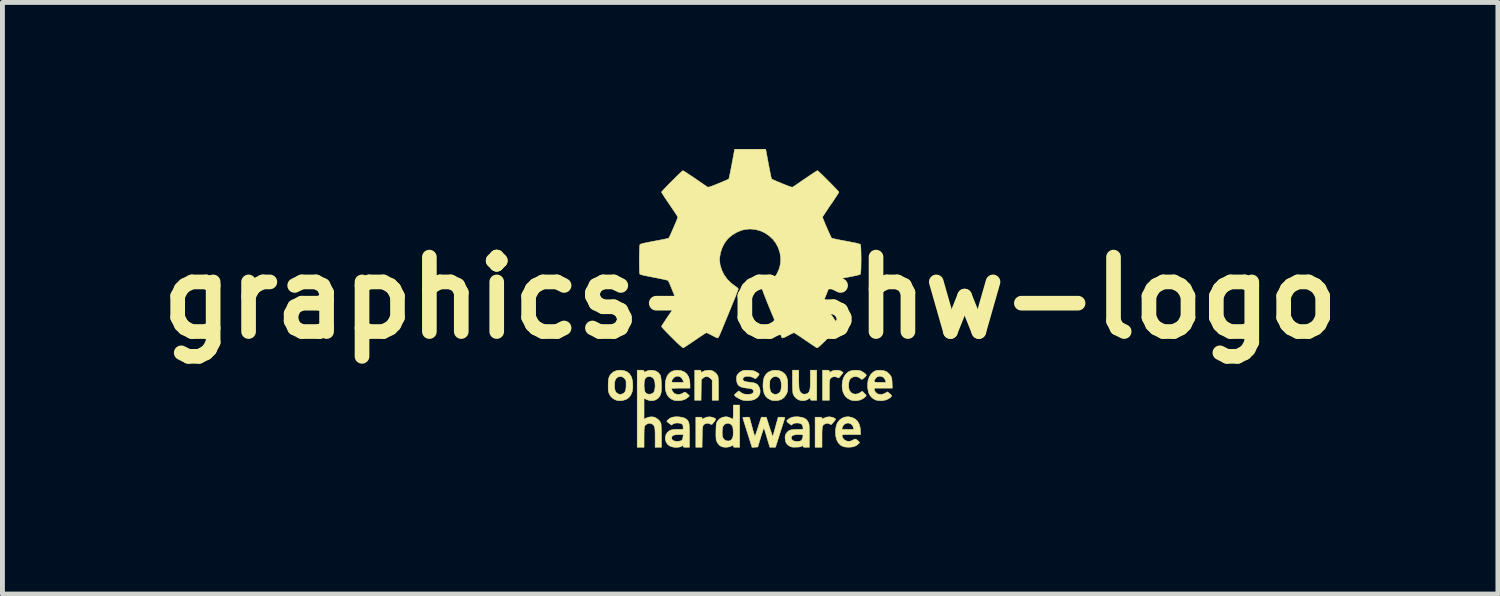
<source format=kicad_pcb>
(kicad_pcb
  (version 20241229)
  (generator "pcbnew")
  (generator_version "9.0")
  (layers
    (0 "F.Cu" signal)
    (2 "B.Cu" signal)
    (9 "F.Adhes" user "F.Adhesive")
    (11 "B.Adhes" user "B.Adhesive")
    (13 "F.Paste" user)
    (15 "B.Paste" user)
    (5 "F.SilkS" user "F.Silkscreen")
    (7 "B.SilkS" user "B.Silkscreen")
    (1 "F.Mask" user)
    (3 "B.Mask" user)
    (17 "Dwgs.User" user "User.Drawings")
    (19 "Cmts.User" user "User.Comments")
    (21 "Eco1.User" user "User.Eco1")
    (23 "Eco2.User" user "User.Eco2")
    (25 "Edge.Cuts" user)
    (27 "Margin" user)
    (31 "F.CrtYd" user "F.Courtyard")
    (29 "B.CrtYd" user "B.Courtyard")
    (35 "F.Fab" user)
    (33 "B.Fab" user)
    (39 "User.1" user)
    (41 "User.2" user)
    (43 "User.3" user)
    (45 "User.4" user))
  (footprint "graphics-oshw-logo"
    (layer "F.Cu")
    (at 12.308 3.048)
    (property "Reference" "graphics-oshw-logo" (at 0 0 0) (layer "F.SilkS") (effects (font (size 1.524 1.524) (thickness 0.3))))
    (attr exclude_from_pos_files exclude_from_bom)
    (fp_poly (pts (xy -1.034 1.481) (xy -1.015 1.484) (xy -1.007 1.492) (xy -1.005 1.507) (xy -1.005 1.508) (xy -1.005 1.535) (xy -0.973 1.512) (xy -0.936 1.494) (xy -0.886 1.484) (xy -0.831 1.481) (xy -0.795 1.485) (xy -0.754 1.502) (xy -0.713 1.532) (xy -0.679 1.569) (xy -0.663 1.596) (xy -0.658 1.616) (xy -0.654 1.648) (xy -0.651 1.694) (xy -0.649 1.757) (xy -0.649 1.839) (xy -0.649 1.864) (xy -0.649 2.097) (xy -0.778 2.097) (xy -0.778 1.684) (xy -0.815 1.647) (xy -0.856 1.618) (xy -0.897 1.61) (xy -0.939 1.623) (xy -0.964 1.642) (xy -1 1.673) (xy -1.003 1.885) (xy -1.006 2.097) (xy -1.135 2.097) (xy -1.135 1.481) (xy -1.07 1.481) (xy -1.034 1.481)) (stroke (width 0.01) (type solid)) (fill yes) (layer "F.SilkS"))
    (fp_poly (pts (xy 1.693 2.448) (xy 1.701 2.452) (xy 1.729 2.466) (xy 1.748 2.479) (xy 1.751 2.484) (xy 1.744 2.497) (xy 1.726 2.52) (xy 1.705 2.545) (xy 1.659 2.596) (xy 1.619 2.578) (xy 1.589 2.568) (xy 1.566 2.568) (xy 1.542 2.577) (xy 1.518 2.587) (xy 1.501 2.599) (xy 1.488 2.616) (xy 1.479 2.64) (xy 1.474 2.675) (xy 1.471 2.723) (xy 1.47 2.787) (xy 1.47 2.85) (xy 1.47 3.059) (xy 1.329 3.059) (xy 1.329 2.443) (xy 1.4 2.443) (xy 1.438 2.443) (xy 1.459 2.446) (xy 1.468 2.453) (xy 1.47 2.464) (xy 1.471 2.477) (xy 1.478 2.479) (xy 1.495 2.47) (xy 1.507 2.464) (xy 1.566 2.44) (xy 1.631 2.435) (xy 1.693 2.448)) (stroke (width 0.01) (type solid)) (fill yes) (layer "F.SilkS"))
    (fp_poly (pts (xy 1.816 1.484) (xy 1.861 1.499) (xy 1.867 1.502) (xy 1.89 1.518) (xy 1.902 1.529) (xy 1.902 1.53) (xy 1.896 1.541) (xy 1.879 1.563) (xy 1.858 1.589) (xy 1.814 1.641) (xy 1.778 1.625) (xy 1.733 1.613) (xy 1.689 1.619) (xy 1.652 1.641) (xy 1.643 1.65) (xy 1.636 1.661) (xy 1.63 1.675) (xy 1.626 1.693) (xy 1.624 1.72) (xy 1.622 1.759) (xy 1.621 1.813) (xy 1.621 1.886) (xy 1.621 2.097) (xy 1.481 2.097) (xy 1.481 1.481) (xy 1.551 1.481) (xy 1.589 1.481) (xy 1.61 1.484) (xy 1.619 1.491) (xy 1.621 1.502) (xy 1.622 1.518) (xy 1.629 1.522) (xy 1.646 1.515) (xy 1.667 1.502) (xy 1.71 1.486) (xy 1.763 1.48) (xy 1.816 1.484)) (stroke (width 0.01) (type solid)) (fill yes) (layer "F.SilkS"))
    (fp_poly (pts (xy -0.761 2.448) (xy -0.753 2.452) (xy -0.724 2.466) (xy -0.706 2.479) (xy -0.703 2.484) (xy -0.709 2.497) (xy -0.725 2.52) (xy -0.747 2.549) (xy -0.77 2.577) (xy -0.784 2.593) (xy -0.796 2.591) (xy -0.819 2.582) (xy -0.827 2.579) (xy -0.859 2.567) (xy -0.886 2.568) (xy -0.902 2.572) (xy -0.926 2.581) (xy -0.945 2.591) (xy -0.958 2.606) (xy -0.968 2.627) (xy -0.974 2.659) (xy -0.978 2.704) (xy -0.98 2.764) (xy -0.981 2.843) (xy -0.982 2.844) (xy -0.985 3.059) (xy -1.113 3.059) (xy -1.113 2.443) (xy -1.048 2.443) (xy -1.012 2.443) (xy -0.993 2.447) (xy -0.985 2.455) (xy -0.984 2.465) (xy -0.984 2.488) (xy -0.946 2.465) (xy -0.888 2.441) (xy -0.824 2.435) (xy -0.761 2.448)) (stroke (width 0.01) (type solid)) (fill yes) (layer "F.SilkS"))
    (fp_poly (pts (xy 0.994 1.662) (xy 0.995 1.725) (xy 0.997 1.784) (xy 0.999 1.832) (xy 1.003 1.867) (xy 1.005 1.88) (xy 1.027 1.927) (xy 1.06 1.959) (xy 1.101 1.973) (xy 1.147 1.967) (xy 1.161 1.962) (xy 1.184 1.948) (xy 1.201 1.93) (xy 1.214 1.905) (xy 1.223 1.869) (xy 1.229 1.821) (xy 1.231 1.757) (xy 1.232 1.674) (xy 1.232 1.67) (xy 1.232 1.481) (xy 1.362 1.481) (xy 1.362 2.097) (xy 1.297 2.097) (xy 1.261 2.096) (xy 1.242 2.093) (xy 1.234 2.085) (xy 1.232 2.07) (xy 1.232 2.068) (xy 1.231 2.049) (xy 1.224 2.048) (xy 1.213 2.057) (xy 1.163 2.088) (xy 1.104 2.104) (xy 1.042 2.103) (xy 0.989 2.087) (xy 0.937 2.053) (xy 0.897 2.006) (xy 0.876 1.959) (xy 0.873 1.936) (xy 0.87 1.895) (xy 0.867 1.841) (xy 0.865 1.777) (xy 0.865 1.708) (xy 0.865 1.7) (xy 0.865 1.481) (xy 0.994 1.481) (xy 0.994 1.662)) (stroke (width 0.01) (type solid)) (fill yes) (layer "F.SilkS"))
    (fp_poly (pts (xy 2.195 1.482) (xy 2.246 1.49) (xy 2.265 1.496) (xy 2.3 1.514) (xy 2.333 1.536) (xy 2.361 1.559) (xy 2.376 1.578) (xy 2.378 1.584) (xy 2.37 1.598) (xy 2.35 1.62) (xy 2.333 1.637) (xy 2.306 1.658) (xy 2.29 1.668) (xy 2.279 1.666) (xy 2.265 1.655) (xy 2.265 1.655) (xy 2.219 1.625) (xy 2.169 1.612) (xy 2.119 1.616) (xy 2.075 1.635) (xy 2.04 1.67) (xy 2.035 1.679) (xy 2.023 1.715) (xy 2.017 1.763) (xy 2.016 1.815) (xy 2.022 1.862) (xy 2.032 1.896) (xy 2.065 1.939) (xy 2.108 1.964) (xy 2.158 1.972) (xy 2.211 1.961) (xy 2.248 1.942) (xy 2.294 1.911) (xy 2.338 1.955) (xy 2.363 1.98) (xy 2.374 1.995) (xy 2.373 2.007) (xy 2.363 2.019) (xy 2.361 2.022) (xy 2.339 2.041) (xy 2.308 2.064) (xy 2.293 2.072) (xy 2.243 2.093) (xy 2.182 2.104) (xy 2.12 2.105) (xy 2.066 2.094) (xy 2.062 2.093) (xy 1.994 2.058) (xy 1.942 2.008) (xy 1.906 1.945) (xy 1.886 1.867) (xy 1.881 1.794) (xy 1.889 1.707) (xy 1.912 1.631) (xy 1.951 1.569) (xy 2.002 1.521) (xy 2.037 1.501) (xy 2.082 1.488) (xy 2.137 1.482) (xy 2.195 1.482)) (stroke (width 0.01) (type solid)) (fill yes) (layer "F.SilkS"))
    (fp_poly (pts (xy -2.582 1.49) (xy -2.519 1.514) (xy -2.469 1.556) (xy -2.433 1.614) (xy -2.411 1.689) (xy -2.404 1.743) (xy -2.403 1.841) (xy -2.416 1.924) (xy -2.445 1.992) (xy -2.487 2.045) (xy -2.543 2.081) (xy -2.613 2.101) (xy -2.641 2.104) (xy -2.692 2.104) (xy -2.736 2.097) (xy -2.747 2.093) (xy -2.807 2.063) (xy -2.852 2.02) (xy -2.88 1.976) (xy -2.892 1.948) (xy -2.9 1.923) (xy -2.905 1.893) (xy -2.907 1.853) (xy -2.907 1.8) (xy -2.907 1.786) (xy -2.778 1.786) (xy -2.774 1.855) (xy -2.763 1.905) (xy -2.742 1.939) (xy -2.712 1.961) (xy -2.711 1.962) (xy -2.678 1.974) (xy -2.652 1.976) (xy -2.623 1.968) (xy -2.611 1.963) (xy -2.58 1.945) (xy -2.56 1.918) (xy -2.547 1.88) (xy -2.541 1.826) (xy -2.54 1.783) (xy -2.54 1.736) (xy -2.542 1.705) (xy -2.547 1.684) (xy -2.557 1.668) (xy -2.573 1.651) (xy -2.577 1.647) (xy -2.612 1.62) (xy -2.644 1.61) (xy -2.646 1.61) (xy -2.698 1.617) (xy -2.735 1.639) (xy -2.761 1.677) (xy -2.775 1.731) (xy -2.778 1.786) (xy -2.907 1.786) (xy -2.906 1.728) (xy -2.901 1.673) (xy -2.892 1.63) (xy -2.876 1.596) (xy -2.855 1.565) (xy -2.85 1.56) (xy -2.801 1.517) (xy -2.743 1.491) (xy -2.672 1.481) (xy -2.659 1.481) (xy -2.582 1.49)) (stroke (width 0.01) (type solid)) (fill yes) (layer "F.SilkS"))
    (fp_poly (pts (xy 2.078 2.446) (xy 2.084 2.448) (xy 2.148 2.479) (xy 2.197 2.524) (xy 2.231 2.583) (xy 2.251 2.658) (xy 2.256 2.709) (xy 2.262 2.799) (xy 2.071 2.799) (xy 2.003 2.799) (xy 1.953 2.8) (xy 1.919 2.801) (xy 1.898 2.804) (xy 1.886 2.808) (xy 1.882 2.813) (xy 1.881 2.821) (xy 1.881 2.822) (xy 1.891 2.861) (xy 1.917 2.896) (xy 1.955 2.923) (xy 1.999 2.937) (xy 2.037 2.937) (xy 2.074 2.926) (xy 2.108 2.908) (xy 2.108 2.907) (xy 2.137 2.892) (xy 2.164 2.893) (xy 2.193 2.912) (xy 2.21 2.929) (xy 2.241 2.961) (xy 2.215 2.99) (xy 2.17 3.026) (xy 2.113 3.049) (xy 2.042 3.057) (xy 2.021 3.058) (xy 1.976 3.056) (xy 1.936 3.052) (xy 1.908 3.046) (xy 1.908 3.046) (xy 1.848 3.014) (xy 1.803 2.967) (xy 1.77 2.904) (xy 1.751 2.826) (xy 1.746 2.752) (xy 1.75 2.691) (xy 1.878 2.691) (xy 2.121 2.691) (xy 2.114 2.656) (xy 2.096 2.614) (xy 2.063 2.582) (xy 2.02 2.564) (xy 2 2.562) (xy 1.955 2.572) (xy 1.917 2.598) (xy 1.891 2.636) (xy 1.885 2.656) (xy 1.878 2.691) (xy 1.75 2.691) (xy 1.751 2.677) (xy 1.765 2.608) (xy 1.783 2.563) (xy 1.823 2.506) (xy 1.877 2.465) (xy 1.94 2.44) (xy 2.008 2.433) (xy 2.078 2.446)) (stroke (width 0.01) (type solid)) (fill yes) (layer "F.SilkS"))
    (fp_poly (pts (xy 2.67 1.483) (xy 2.742 1.492) (xy 2.799 1.516) (xy 2.845 1.556) (xy 2.872 1.591) (xy 2.886 1.614) (xy 2.896 1.638) (xy 2.901 1.666) (xy 2.904 1.707) (xy 2.906 1.742) (xy 2.91 1.848) (xy 2.54 1.848) (xy 2.54 1.875) (xy 2.547 1.9) (xy 2.565 1.929) (xy 2.57 1.936) (xy 2.61 1.966) (xy 2.66 1.978) (xy 2.714 1.972) (xy 2.762 1.952) (xy 2.812 1.924) (xy 2.854 1.958) (xy 2.879 1.981) (xy 2.894 1.999) (xy 2.897 2.006) (xy 2.887 2.024) (xy 2.863 2.045) (xy 2.83 2.067) (xy 2.791 2.085) (xy 2.771 2.092) (xy 2.69 2.106) (xy 2.606 2.1) (xy 2.571 2.091) (xy 2.523 2.067) (xy 2.478 2.028) (xy 2.443 1.98) (xy 2.424 1.938) (xy 2.406 1.851) (xy 2.403 1.766) (xy 2.411 1.706) (xy 2.538 1.706) (xy 2.545 1.719) (xy 2.566 1.726) (xy 2.605 1.729) (xy 2.66 1.729) (xy 2.78 1.729) (xy 2.773 1.701) (xy 2.753 1.656) (xy 2.721 1.624) (xy 2.682 1.606) (xy 2.64 1.604) (xy 2.6 1.618) (xy 2.567 1.649) (xy 2.561 1.658) (xy 2.545 1.686) (xy 2.538 1.706) (xy 2.411 1.706) (xy 2.414 1.687) (xy 2.439 1.617) (xy 2.476 1.558) (xy 2.525 1.514) (xy 2.54 1.505) (xy 2.57 1.491) (xy 2.599 1.484) (xy 2.634 1.482) (xy 2.67 1.483)) (stroke (width 0.01) (type solid)) (fill yes) (layer "F.SilkS"))
    (fp_poly (pts (xy 0.592 1.489) (xy 0.652 1.512) (xy 0.703 1.552) (xy 0.71 1.56) (xy 0.735 1.593) (xy 0.751 1.631) (xy 0.762 1.677) (xy 0.768 1.737) (xy 0.769 1.803) (xy 0.768 1.856) (xy 0.766 1.894) (xy 0.761 1.923) (xy 0.751 1.949) (xy 0.738 1.977) (xy 0.698 2.035) (xy 0.647 2.075) (xy 0.583 2.098) (xy 0.538 2.104) (xy 0.482 2.103) (xy 0.436 2.095) (xy 0.43 2.093) (xy 0.366 2.061) (xy 0.319 2.017) (xy 0.287 1.96) (xy 0.269 1.89) (xy 0.263 1.83) (xy 0.263 1.783) (xy 0.4 1.783) (xy 0.402 1.848) (xy 0.411 1.896) (xy 0.426 1.93) (xy 0.451 1.953) (xy 0.468 1.962) (xy 0.5 1.974) (xy 0.525 1.976) (xy 0.555 1.968) (xy 0.568 1.962) (xy 0.599 1.942) (xy 0.621 1.91) (xy 0.633 1.863) (xy 0.638 1.799) (xy 0.638 1.786) (xy 0.632 1.718) (xy 0.616 1.667) (xy 0.588 1.633) (xy 0.547 1.615) (xy 0.506 1.61) (xy 0.473 1.619) (xy 0.439 1.645) (xy 0.437 1.647) (xy 0.419 1.665) (xy 0.409 1.681) (xy 0.403 1.701) (xy 0.4 1.729) (xy 0.4 1.773) (xy 0.4 1.783) (xy 0.263 1.783) (xy 0.263 1.764) (xy 0.269 1.7) (xy 0.28 1.646) (xy 0.287 1.624) (xy 0.323 1.564) (xy 0.373 1.519) (xy 0.436 1.492) (xy 0.511 1.481) (xy 0.519 1.481) (xy 0.592 1.489)) (stroke (width 0.01) (type solid)) (fill yes) (layer "F.SilkS"))
    (fp_poly (pts (xy -1.412 1.49) (xy -1.348 1.516) (xy -1.297 1.559) (xy -1.26 1.617) (xy -1.239 1.69) (xy -1.232 1.769) (xy -1.232 1.848) (xy -1.421 1.848) (xy -1.498 1.849) (xy -1.555 1.851) (xy -1.591 1.854) (xy -1.609 1.858) (xy -1.61 1.86) (xy -1.603 1.889) (xy -1.584 1.922) (xy -1.559 1.95) (xy -1.546 1.96) (xy -1.499 1.976) (xy -1.446 1.976) (xy -1.395 1.96) (xy -1.379 1.951) (xy -1.356 1.936) (xy -1.339 1.931) (xy -1.322 1.936) (xy -1.299 1.953) (xy -1.273 1.977) (xy -1.243 2.004) (xy -1.267 2.03) (xy -1.32 2.07) (xy -1.387 2.095) (xy -1.454 2.104) (xy -1.496 2.104) (xy -1.533 2.102) (xy -1.556 2.098) (xy -1.623 2.068) (xy -1.674 2.024) (xy -1.71 1.967) (xy -1.732 1.895) (xy -1.74 1.806) (xy -1.74 1.794) (xy -1.734 1.72) (xy -1.607 1.72) (xy -1.599 1.725) (xy -1.58 1.728) (xy -1.547 1.729) (xy -1.496 1.729) (xy -1.488 1.729) (xy -1.363 1.729) (xy -1.373 1.696) (xy -1.395 1.651) (xy -1.428 1.62) (xy -1.468 1.604) (xy -1.511 1.605) (xy -1.551 1.624) (xy -1.572 1.644) (xy -1.59 1.667) (xy -1.599 1.684) (xy -1.6 1.686) (xy -1.603 1.703) (xy -1.606 1.712) (xy -1.607 1.72) (xy -1.734 1.72) (xy -1.733 1.703) (xy -1.712 1.626) (xy -1.677 1.564) (xy -1.629 1.519) (xy -1.568 1.491) (xy -1.496 1.481) (xy -1.489 1.481) (xy -1.412 1.49)) (stroke (width 0.01) (type solid)) (fill yes) (layer "F.SilkS"))
    (fp_poly (pts (xy -0.216 3.059) (xy -0.281 3.059) (xy -0.317 3.058) (xy -0.337 3.055) (xy -0.345 3.047) (xy -0.346 3.037) (xy -0.347 3.021) (xy -0.354 3.017) (xy -0.371 3.025) (xy -0.392 3.037) (xy -0.43 3.051) (xy -0.479 3.058) (xy -0.532 3.057) (xy -0.578 3.048) (xy -0.59 3.044) (xy -0.63 3.016) (xy -0.666 2.975) (xy -0.69 2.926) (xy -0.693 2.92) (xy -0.698 2.89) (xy -0.701 2.842) (xy -0.702 2.78) (xy -0.701 2.768) (xy -0.573 2.768) (xy -0.57 2.819) (xy -0.566 2.841) (xy -0.549 2.882) (xy -0.518 2.911) (xy -0.479 2.928) (xy -0.438 2.93) (xy -0.399 2.916) (xy -0.384 2.903) (xy -0.364 2.875) (xy -0.352 2.838) (xy -0.347 2.787) (xy -0.348 2.719) (xy -0.352 2.668) (xy -0.361 2.633) (xy -0.374 2.609) (xy -0.407 2.58) (xy -0.448 2.568) (xy -0.489 2.572) (xy -0.527 2.591) (xy -0.554 2.625) (xy -0.557 2.631) (xy -0.566 2.666) (xy -0.571 2.715) (xy -0.573 2.768) (xy -0.701 2.768) (xy -0.701 2.723) (xy -0.699 2.661) (xy -0.697 2.615) (xy -0.693 2.583) (xy -0.688 2.56) (xy -0.68 2.541) (xy -0.672 2.527) (xy -0.631 2.48) (xy -0.575 2.448) (xy -0.521 2.436) (xy -0.491 2.434) (xy -0.461 2.438) (xy -0.427 2.449) (xy -0.383 2.469) (xy -0.354 2.484) (xy -0.351 2.475) (xy -0.349 2.449) (xy -0.347 2.408) (xy -0.346 2.357) (xy -0.346 2.341) (xy -0.346 2.194) (xy -0.216 2.194) (xy -0.216 3.059)) (stroke (width 0.01) (type solid)) (fill yes) (layer "F.SilkS"))
    (fp_poly (pts (xy 0.038 2.642) (xy 0.055 2.704) (xy 0.071 2.757) (xy 0.083 2.798) (xy 0.093 2.825) (xy 0.098 2.834) (xy 0.098 2.834) (xy 0.104 2.822) (xy 0.114 2.792) (xy 0.129 2.749) (xy 0.147 2.695) (xy 0.166 2.635) (xy 0.228 2.443) (xy 0.279 2.443) (xy 0.33 2.443) (xy 0.394 2.643) (xy 0.414 2.704) (xy 0.432 2.757) (xy 0.446 2.799) (xy 0.457 2.828) (xy 0.462 2.838) (xy 0.462 2.838) (xy 0.466 2.827) (xy 0.474 2.799) (xy 0.486 2.758) (xy 0.5 2.708) (xy 0.503 2.696) (xy 0.519 2.638) (xy 0.534 2.582) (xy 0.548 2.534) (xy 0.557 2.501) (xy 0.557 2.499) (xy 0.573 2.443) (xy 0.645 2.443) (xy 0.685 2.444) (xy 0.706 2.448) (xy 0.711 2.455) (xy 0.711 2.456) (xy 0.705 2.474) (xy 0.695 2.504) (xy 0.689 2.524) (xy 0.68 2.55) (xy 0.667 2.593) (xy 0.649 2.648) (xy 0.628 2.713) (xy 0.605 2.784) (xy 0.594 2.818) (xy 0.518 3.059) (xy 0.402 3.059) (xy 0.379 2.98) (xy 0.365 2.935) (xy 0.348 2.878) (xy 0.33 2.818) (xy 0.322 2.789) (xy 0.307 2.742) (xy 0.295 2.703) (xy 0.285 2.676) (xy 0.281 2.667) (xy 0.276 2.674) (xy 0.266 2.699) (xy 0.252 2.739) (xy 0.236 2.79) (xy 0.217 2.85) (xy 0.215 2.856) (xy 0.156 3.053) (xy 0.097 3.057) (xy 0.038 3.06) (xy -0.057 2.759) (xy -0.081 2.683) (xy -0.103 2.613) (xy -0.122 2.552) (xy -0.137 2.503) (xy -0.147 2.469) (xy -0.152 2.452) (xy -0.152 2.451) (xy -0.142 2.447) (xy -0.116 2.444) (xy -0.083 2.443) (xy -0.015 2.443) (xy 0.038 2.642)) (stroke (width 0.01) (type solid)) (fill yes) (layer "F.SilkS"))
    (fp_poly (pts (xy -1.458 2.436) (xy -1.396 2.445) (xy -1.342 2.462) (xy -1.306 2.484) (xy -1.287 2.501) (xy -1.272 2.52) (xy -1.261 2.542) (xy -1.253 2.57) (xy -1.248 2.609) (xy -1.245 2.66) (xy -1.243 2.726) (xy -1.243 2.811) (xy -1.243 2.821) (xy -1.243 3.059) (xy -1.308 3.059) (xy -1.344 3.058) (xy -1.364 3.055) (xy -1.371 3.047) (xy -1.373 3.036) (xy -1.373 3.014) (xy -1.401 3.036) (xy -1.434 3.052) (xy -1.481 3.059) (xy -1.535 3.06) (xy -1.588 3.053) (xy -1.635 3.038) (xy -1.643 3.034) (xy -1.689 3.001) (xy -1.72 2.956) (xy -1.736 2.904) (xy -1.737 2.852) (xy -1.607 2.852) (xy -1.607 2.887) (xy -1.588 2.913) (xy -1.552 2.931) (xy -1.502 2.938) (xy -1.478 2.937) (xy -1.435 2.931) (xy -1.405 2.921) (xy -1.398 2.916) (xy -1.387 2.895) (xy -1.378 2.863) (xy -1.375 2.849) (xy -1.37 2.799) (xy -1.457 2.799) (xy -1.52 2.802) (xy -1.564 2.81) (xy -1.591 2.825) (xy -1.606 2.848) (xy -1.607 2.852) (xy -1.737 2.852) (xy -1.737 2.85) (xy -1.723 2.799) (xy -1.694 2.753) (xy -1.651 2.718) (xy -1.639 2.712) (xy -1.609 2.702) (xy -1.573 2.695) (xy -1.525 2.692) (xy -1.483 2.692) (xy -1.373 2.691) (xy -1.373 2.651) (xy -1.375 2.621) (xy -1.38 2.6) (xy -1.381 2.598) (xy -1.406 2.578) (xy -1.444 2.566) (xy -1.489 2.561) (xy -1.534 2.565) (xy -1.572 2.577) (xy -1.582 2.584) (xy -1.61 2.606) (xy -1.658 2.57) (xy -1.685 2.549) (xy -1.703 2.533) (xy -1.707 2.527) (xy -1.7 2.513) (xy -1.679 2.493) (xy -1.653 2.472) (xy -1.629 2.458) (xy -1.581 2.441) (xy -1.522 2.434) (xy -1.458 2.436)) (stroke (width 0.01) (type solid)) (fill yes) (layer "F.SilkS"))
    (fp_poly (pts (xy -0.06 1.482) (xy -0.032 1.483) (xy 0.02 1.486) (xy 0.057 1.491) (xy 0.087 1.499) (xy 0.117 1.513) (xy 0.127 1.518) (xy 0.157 1.537) (xy 0.178 1.554) (xy 0.184 1.564) (xy 0.177 1.58) (xy 0.159 1.604) (xy 0.148 1.618) (xy 0.111 1.657) (xy 0.058 1.631) (xy 0.009 1.613) (xy -0.04 1.606) (xy -0.085 1.608) (xy -0.121 1.62) (xy -0.144 1.641) (xy -0.151 1.665) (xy -0.143 1.689) (xy -0.118 1.707) (xy -0.074 1.719) (xy -0.032 1.724) (xy 0.032 1.731) (xy 0.079 1.74) (xy 0.114 1.752) (xy 0.141 1.769) (xy 0.16 1.789) (xy 0.189 1.836) (xy 0.203 1.892) (xy 0.201 1.95) (xy 0.2 1.956) (xy 0.18 2.001) (xy 0.144 2.043) (xy 0.096 2.076) (xy 0.094 2.077) (xy 0.049 2.092) (xy -0.008 2.102) (xy -0.07 2.104) (xy -0.127 2.1) (xy -0.159 2.093) (xy -0.202 2.076) (xy -0.246 2.053) (xy -0.285 2.029) (xy -0.312 2.007) (xy -0.314 2.004) (xy -0.321 1.992) (xy -0.318 1.98) (xy -0.301 1.962) (xy -0.282 1.945) (xy -0.235 1.905) (xy -0.187 1.938) (xy -0.156 1.958) (xy -0.125 1.969) (xy -0.085 1.974) (xy -0.067 1.975) (xy -0.009 1.974) (xy 0.032 1.964) (xy 0.058 1.943) (xy 0.066 1.927) (xy 0.067 1.899) (xy 0.056 1.881) (xy 0.042 1.87) (xy 0.02 1.861) (xy -0.014 1.855) (xy -0.061 1.849) (xy -0.137 1.838) (xy -0.194 1.821) (xy -0.235 1.795) (xy -0.261 1.76) (xy -0.275 1.714) (xy -0.279 1.677) (xy -0.28 1.635) (xy -0.276 1.606) (xy -0.267 1.582) (xy -0.258 1.567) (xy -0.232 1.539) (xy -0.197 1.512) (xy -0.184 1.504) (xy -0.158 1.492) (xy -0.133 1.485) (xy -0.103 1.482) (xy -0.06 1.482)) (stroke (width 0.01) (type solid)) (fill yes) (layer "F.SilkS"))
    (fp_poly (pts (xy 0.993 2.436) (xy 1.065 2.447) (xy 1.121 2.469) (xy 1.161 2.502) (xy 1.186 2.54) (xy 1.194 2.557) (xy 1.2 2.574) (xy 1.205 2.594) (xy 1.208 2.621) (xy 1.209 2.658) (xy 1.21 2.709) (xy 1.211 2.775) (xy 1.211 2.823) (xy 1.211 3.059) (xy 1.146 3.059) (xy 1.11 3.058) (xy 1.09 3.055) (xy 1.082 3.047) (xy 1.081 3.036) (xy 1.08 3.02) (xy 1.073 3.02) (xy 1.058 3.033) (xy 1.041 3.044) (xy 1.017 3.051) (xy 0.979 3.055) (xy 0.942 3.056) (xy 0.894 3.057) (xy 0.86 3.055) (xy 0.835 3.049) (xy 0.811 3.038) (xy 0.806 3.035) (xy 0.761 3.002) (xy 0.734 2.965) (xy 0.719 2.916) (xy 0.716 2.883) (xy 0.715 2.878) (xy 0.842 2.878) (xy 0.858 2.906) (xy 0.887 2.928) (xy 0.89 2.929) (xy 0.925 2.937) (xy 0.969 2.939) (xy 1.011 2.935) (xy 1.03 2.93) (xy 1.054 2.911) (xy 1.071 2.877) (xy 1.08 2.836) (xy 1.081 2.825) (xy 1.08 2.812) (xy 1.074 2.805) (xy 1.058 2.801) (xy 1.029 2.8) (xy 0.992 2.8) (xy 0.93 2.802) (xy 0.886 2.811) (xy 0.858 2.826) (xy 0.842 2.849) (xy 0.842 2.849) (xy 0.842 2.878) (xy 0.715 2.878) (xy 0.715 2.842) (xy 0.719 2.814) (xy 0.73 2.789) (xy 0.737 2.779) (xy 0.761 2.746) (xy 0.785 2.724) (xy 0.813 2.709) (xy 0.85 2.7) (xy 0.9 2.695) (xy 0.952 2.693) (xy 1.081 2.69) (xy 1.081 2.652) (xy 1.072 2.61) (xy 1.047 2.581) (xy 1.005 2.565) (xy 0.964 2.562) (xy 0.92 2.564) (xy 0.889 2.573) (xy 0.872 2.584) (xy 0.843 2.606) (xy 0.794 2.571) (xy 0.767 2.548) (xy 0.751 2.528) (xy 0.748 2.519) (xy 0.761 2.5) (xy 0.788 2.479) (xy 0.824 2.458) (xy 0.864 2.443) (xy 0.869 2.441) (xy 0.908 2.436) (xy 0.958 2.434) (xy 0.993 2.436)) (stroke (width 0.01) (type solid)) (fill yes) (layer "F.SilkS"))
    (fp_poly (pts (xy -2.205 1.481) (xy -2.184 1.484) (xy -2.175 1.491) (xy -2.173 1.503) (xy -2.173 1.503) (xy -2.169 1.519) (xy -2.164 1.522) (xy -2.115 1.498) (xy -2.074 1.486) (xy -2.034 1.482) (xy -2.004 1.483) (xy -1.938 1.496) (xy -1.885 1.526) (xy -1.845 1.574) (xy -1.84 1.581) (xy -1.832 1.609) (xy -1.825 1.653) (xy -1.82 1.708) (xy -1.817 1.769) (xy -1.816 1.831) (xy -1.818 1.888) (xy -1.823 1.935) (xy -1.826 1.952) (xy -1.849 2.011) (xy -1.887 2.057) (xy -1.937 2.089) (xy -1.994 2.105) (xy -2.055 2.104) (xy -2.116 2.084) (xy -2.122 2.081) (xy -2.173 2.054) (xy -2.173 2.485) (xy -2.137 2.464) (xy -2.084 2.443) (xy -2.026 2.435) (xy -1.971 2.44) (xy -1.962 2.443) (xy -1.917 2.465) (xy -1.875 2.498) (xy -1.843 2.537) (xy -1.827 2.571) (xy -1.824 2.593) (xy -1.821 2.634) (xy -1.818 2.688) (xy -1.817 2.752) (xy -1.816 2.821) (xy -1.816 2.835) (xy -1.816 3.059) (xy -1.946 3.059) (xy -1.946 2.863) (xy -1.946 2.78) (xy -1.948 2.716) (xy -1.953 2.668) (xy -1.962 2.633) (xy -1.976 2.608) (xy -1.995 2.59) (xy -2.02 2.577) (xy -2.046 2.568) (xy -2.074 2.568) (xy -2.108 2.58) (xy -2.139 2.6) (xy -2.155 2.617) (xy -2.161 2.629) (xy -2.166 2.647) (xy -2.169 2.673) (xy -2.171 2.711) (xy -2.172 2.764) (xy -2.173 2.835) (xy -2.173 2.85) (xy -2.173 3.059) (xy -2.313 3.059) (xy -2.313 1.796) (xy -2.172 1.796) (xy -2.171 1.825) (xy -2.165 1.882) (xy -2.154 1.922) (xy -2.134 1.949) (xy -2.103 1.968) (xy -2.102 1.968) (xy -2.068 1.973) (xy -2.027 1.967) (xy -1.993 1.951) (xy -1.969 1.924) (xy -1.954 1.878) (xy -1.946 1.818) (xy -1.946 1.794) (xy -1.951 1.722) (xy -1.968 1.668) (xy -1.997 1.632) (xy -2.038 1.613) (xy -2.066 1.61) (xy -2.107 1.617) (xy -2.138 1.637) (xy -2.158 1.673) (xy -2.169 1.725) (xy -2.172 1.796) (xy -2.313 1.796) (xy -2.313 1.481) (xy -2.243 1.481) (xy -2.205 1.481)) (stroke (width 0.01) (type solid)) (fill yes) (layer "F.SilkS"))
    (fp_poly (pts (xy 0.374 -2.742) (xy 0.389 -2.664) (xy 0.403 -2.593) (xy 0.415 -2.531) (xy 0.426 -2.482) (xy 0.434 -2.449) (xy 0.439 -2.433) (xy 0.439 -2.433) (xy 0.452 -2.426) (xy 0.481 -2.413) (xy 0.524 -2.395) (xy 0.578 -2.372) (xy 0.639 -2.347) (xy 0.652 -2.341) (xy 0.721 -2.313) (xy 0.773 -2.293) (xy 0.811 -2.279) (xy 0.837 -2.271) (xy 0.855 -2.267) (xy 0.868 -2.268) (xy 0.878 -2.272) (xy 0.885 -2.277) (xy 0.901 -2.288) (xy 0.933 -2.309) (xy 0.977 -2.339) (xy 1.03 -2.376) (xy 1.09 -2.417) (xy 1.139 -2.45) (xy 1.201 -2.492) (xy 1.258 -2.53) (xy 1.306 -2.562) (xy 1.344 -2.586) (xy 1.368 -2.601) (xy 1.377 -2.605) (xy 1.388 -2.597) (xy 1.411 -2.577) (xy 1.445 -2.545) (xy 1.487 -2.506) (xy 1.533 -2.46) (xy 1.583 -2.41) (xy 1.634 -2.359) (xy 1.682 -2.31) (xy 1.727 -2.264) (xy 1.765 -2.224) (xy 1.794 -2.192) (xy 1.811 -2.172) (xy 1.816 -2.164) (xy 1.81 -2.152) (xy 1.793 -2.125) (xy 1.767 -2.085) (xy 1.734 -2.034) (xy 1.695 -1.975) (xy 1.651 -1.911) (xy 1.648 -1.908) (xy 1.604 -1.843) (xy 1.565 -1.784) (xy 1.531 -1.733) (xy 1.505 -1.693) (xy 1.487 -1.665) (xy 1.481 -1.653) (xy 1.481 -1.653) (xy 1.485 -1.638) (xy 1.497 -1.607) (xy 1.514 -1.565) (xy 1.535 -1.514) (xy 1.559 -1.458) (xy 1.585 -1.4) (xy 1.609 -1.345) (xy 1.631 -1.297) (xy 1.65 -1.257) (xy 1.663 -1.232) (xy 1.668 -1.223) (xy 1.682 -1.219) (xy 1.714 -1.211) (xy 1.761 -1.201) (xy 1.821 -1.188) (xy 1.89 -1.175) (xy 1.962 -1.162) (xy 2.06 -1.143) (xy 2.138 -1.128) (xy 2.195 -1.115) (xy 2.234 -1.104) (xy 2.254 -1.096) (xy 2.256 -1.094) (xy 2.261 -1.077) (xy 2.264 -1.043) (xy 2.267 -0.994) (xy 2.269 -0.935) (xy 2.27 -0.868) (xy 2.271 -0.797) (xy 2.27 -0.725) (xy 2.269 -0.657) (xy 2.268 -0.595) (xy 2.265 -0.544) (xy 2.261 -0.506) (xy 2.257 -0.486) (xy 2.256 -0.484) (xy 2.242 -0.477) (xy 2.209 -0.467) (xy 2.157 -0.455) (xy 2.085 -0.44) (xy 1.993 -0.422) (xy 1.967 -0.418) (xy 1.893 -0.403) (xy 1.824 -0.39) (xy 1.766 -0.377) (xy 1.72 -0.367) (xy 1.69 -0.359) (xy 1.679 -0.354) (xy 1.671 -0.34) (xy 1.657 -0.31) (xy 1.638 -0.265) (xy 1.615 -0.21) (xy 1.589 -0.147) (xy 1.578 -0.12) (xy 1.49 0.1) (xy 1.533 0.161) (xy 1.603 0.263) (xy 1.663 0.349) (xy 1.711 0.42) (xy 1.749 0.476) (xy 1.778 0.52) (xy 1.798 0.552) (xy 1.81 0.573) (xy 1.815 0.584) (xy 1.816 0.586) (xy 1.808 0.597) (xy 1.788 0.621) (xy 1.755 0.657) (xy 1.713 0.701) (xy 1.664 0.751) (xy 1.608 0.807) (xy 1.6 0.815) (xy 1.532 0.883) (xy 1.477 0.935) (xy 1.435 0.975) (xy 1.404 1.002) (xy 1.382 1.017) (xy 1.37 1.023) (xy 1.367 1.023) (xy 1.353 1.015) (xy 1.324 0.996) (xy 1.283 0.969) (xy 1.232 0.935) (xy 1.174 0.895) (xy 1.129 0.865) (xy 1.068 0.823) (xy 1.012 0.785) (xy 0.964 0.754) (xy 0.927 0.731) (xy 0.904 0.717) (xy 0.896 0.713) (xy 0.882 0.718) (xy 0.853 0.731) (xy 0.814 0.751) (xy 0.783 0.767) (xy 0.73 0.795) (xy 0.693 0.812) (xy 0.669 0.819) (xy 0.654 0.818) (xy 0.646 0.809) (xy 0.645 0.808) (xy 0.64 0.796) (xy 0.628 0.765) (xy 0.608 0.719) (xy 0.583 0.658) (xy 0.553 0.586) (xy 0.519 0.504) (xy 0.482 0.413) (xy 0.442 0.317) (xy 0.439 0.31) (xy 0.399 0.214) (xy 0.362 0.123) (xy 0.329 0.04) (xy 0.3 -0.033) (xy 0.276 -0.095) (xy 0.259 -0.142) (xy 0.248 -0.174) (xy 0.244 -0.188) (xy 0.244 -0.188) (xy 0.255 -0.2) (xy 0.28 -0.22) (xy 0.313 -0.244) (xy 0.318 -0.247) (xy 0.409 -0.318) (xy 0.486 -0.402) (xy 0.549 -0.494) (xy 0.593 -0.593) (xy 0.611 -0.658) (xy 0.624 -0.744) (xy 0.624 -0.825) (xy 0.611 -0.913) (xy 0.578 -1.02) (xy 0.528 -1.116) (xy 0.464 -1.201) (xy 0.386 -1.273) (xy 0.298 -1.332) (xy 0.202 -1.375) (xy 0.1 -1.401) (xy -0.006 -1.41) (xy -0.113 -1.399) (xy -0.189 -1.379) (xy -0.276 -1.342) (xy -0.36 -1.292) (xy -0.434 -1.233) (xy -0.47 -1.196) (xy -0.528 -1.117) (xy -0.574 -1.024) (xy -0.607 -0.925) (xy -0.625 -0.826) (xy -0.627 -0.784) (xy -0.616 -0.678) (xy -0.585 -0.574) (xy -0.536 -0.474) (xy -0.47 -0.382) (xy -0.389 -0.301) (xy -0.318 -0.247) (xy -0.284 -0.223) (xy -0.258 -0.203) (xy -0.245 -0.189) (xy -0.244 -0.187) (xy -0.245 -0.179) (xy -0.251 -0.161) (xy -0.261 -0.131) (xy -0.278 -0.088) (xy -0.299 -0.032) (xy -0.327 0.037) (xy -0.362 0.122) (xy -0.403 0.223) (xy -0.451 0.34) (xy -0.507 0.475) (xy -0.57 0.628) (xy -0.618 0.743) (xy -0.637 0.784) (xy -0.654 0.811) (xy -0.666 0.821) (xy -0.666 0.821) (xy -0.682 0.817) (xy -0.712 0.803) (xy -0.751 0.784) (xy -0.783 0.767) (xy -0.825 0.745) (xy -0.861 0.727) (xy -0.887 0.716) (xy -0.896 0.713) (xy -0.908 0.719) (xy -0.935 0.736) (xy -0.975 0.761) (xy -1.025 0.794) (xy -1.082 0.833) (xy -1.129 0.865) (xy -1.19 0.907) (xy -1.247 0.945) (xy -1.295 0.977) (xy -1.334 1.002) (xy -1.359 1.018) (xy -1.367 1.023) (xy -1.377 1.02) (xy -1.396 1.008) (xy -1.424 0.984) (xy -1.464 0.948) (xy -1.516 0.899) (xy -1.58 0.835) (xy -1.6 0.815) (xy -1.656 0.759) (xy -1.707 0.707) (xy -1.75 0.662) (xy -1.784 0.626) (xy -1.806 0.6) (xy -1.816 0.587) (xy -1.816 0.587) (xy -1.81 0.574) (xy -1.793 0.547) (xy -1.768 0.507) (xy -1.734 0.456) (xy -1.695 0.397) (xy -1.653 0.336) (xy -1.491 0.099) (xy -1.579 -0.121) (xy -1.605 -0.186) (xy -1.629 -0.244) (xy -1.65 -0.294) (xy -1.667 -0.33) (xy -1.677 -0.351) (xy -1.679 -0.354) (xy -1.693 -0.36) (xy -1.725 -0.368) (xy -1.773 -0.379) (xy -1.833 -0.392) (xy -1.902 -0.406) (xy -1.971 -0.419) (xy -2.071 -0.439) (xy -2.15 -0.455) (xy -2.208 -0.468) (xy -2.244 -0.479) (xy -2.259 -0.487) (xy -2.26 -0.487) (xy -2.263 -0.503) (xy -2.266 -0.537) (xy -2.268 -0.586) (xy -2.269 -0.646) (xy -2.27 -0.712) (xy -2.27 -0.783) (xy -2.269 -0.854) (xy -2.268 -0.922) (xy -2.266 -0.983) (xy -2.264 -1.034) (xy -2.261 -1.071) (xy -2.257 -1.092) (xy -2.256 -1.093) (xy -2.242 -1.101) (xy -2.208 -1.111) (xy -2.154 -1.124) (xy -2.081 -1.139) (xy -1.986 -1.157) (xy -1.962 -1.162) (xy -1.886 -1.176) (xy -1.817 -1.189) (xy -1.758 -1.201) (xy -1.711 -1.211) (xy -1.681 -1.219) (xy -1.668 -1.223) (xy -1.661 -1.235) (xy -1.646 -1.264) (xy -1.627 -1.305) (xy -1.604 -1.356) (xy -1.58 -1.411) (xy -1.555 -1.469) (xy -1.531 -1.524) (xy -1.51 -1.574) (xy -1.494 -1.615) (xy -1.484 -1.642) (xy -1.481 -1.653) (xy -1.487 -1.664) (xy -1.503 -1.691) (xy -1.529 -1.731) (xy -1.563 -1.782) (xy -1.602 -1.84) (xy -1.646 -1.904) (xy -1.648 -1.908) (xy -1.692 -1.972) (xy -1.732 -2.031) (xy -1.766 -2.083) (xy -1.792 -2.124) (xy -1.809 -2.152) (xy -1.816 -2.165) (xy -1.816 -2.165) (xy -1.808 -2.176) (xy -1.788 -2.199) (xy -1.757 -2.233) (xy -1.717 -2.275) (xy -1.671 -2.322) (xy -1.622 -2.372) (xy -1.571 -2.422) (xy -1.522 -2.471) (xy -1.476 -2.516) (xy -1.436 -2.554) (xy -1.405 -2.583) (xy -1.384 -2.6) (xy -1.377 -2.605) (xy -1.365 -2.599) (xy -1.338 -2.582) (xy -1.298 -2.557) (xy -1.248 -2.524) (xy -1.19 -2.485) (xy -1.134 -2.447) (xy -1.07 -2.403) (xy -1.011 -2.363) (xy -0.96 -2.328) (xy -0.919 -2.3) (xy -0.891 -2.281) (xy -0.879 -2.273) (xy -0.87 -2.269) (xy -0.858 -2.267) (xy -0.84 -2.27) (xy -0.814 -2.278) (xy -0.777 -2.291) (xy -0.726 -2.311) (xy -0.657 -2.339) (xy -0.652 -2.341) (xy -0.59 -2.366) (xy -0.535 -2.39) (xy -0.489 -2.409) (xy -0.456 -2.424) (xy -0.44 -2.432) (xy -0.439 -2.433) (xy -0.435 -2.445) (xy -0.427 -2.476) (xy -0.417 -2.523) (xy -0.405 -2.582) (xy -0.391 -2.652) (xy -0.376 -2.729) (xy -0.374 -2.742) (xy -0.318 -3.043) (xy 0.318 -3.043) (xy 0.374 -2.742)) (stroke (width 0.01) (type solid)) (fill yes) (layer "F.SilkS")))
  (gr_rect
    (start -3 -3)
    (end 27.616 9.112)
    (stroke (width 0.1) (type default))
    (fill no)
    (layer "Edge.Cuts")))
</source>
